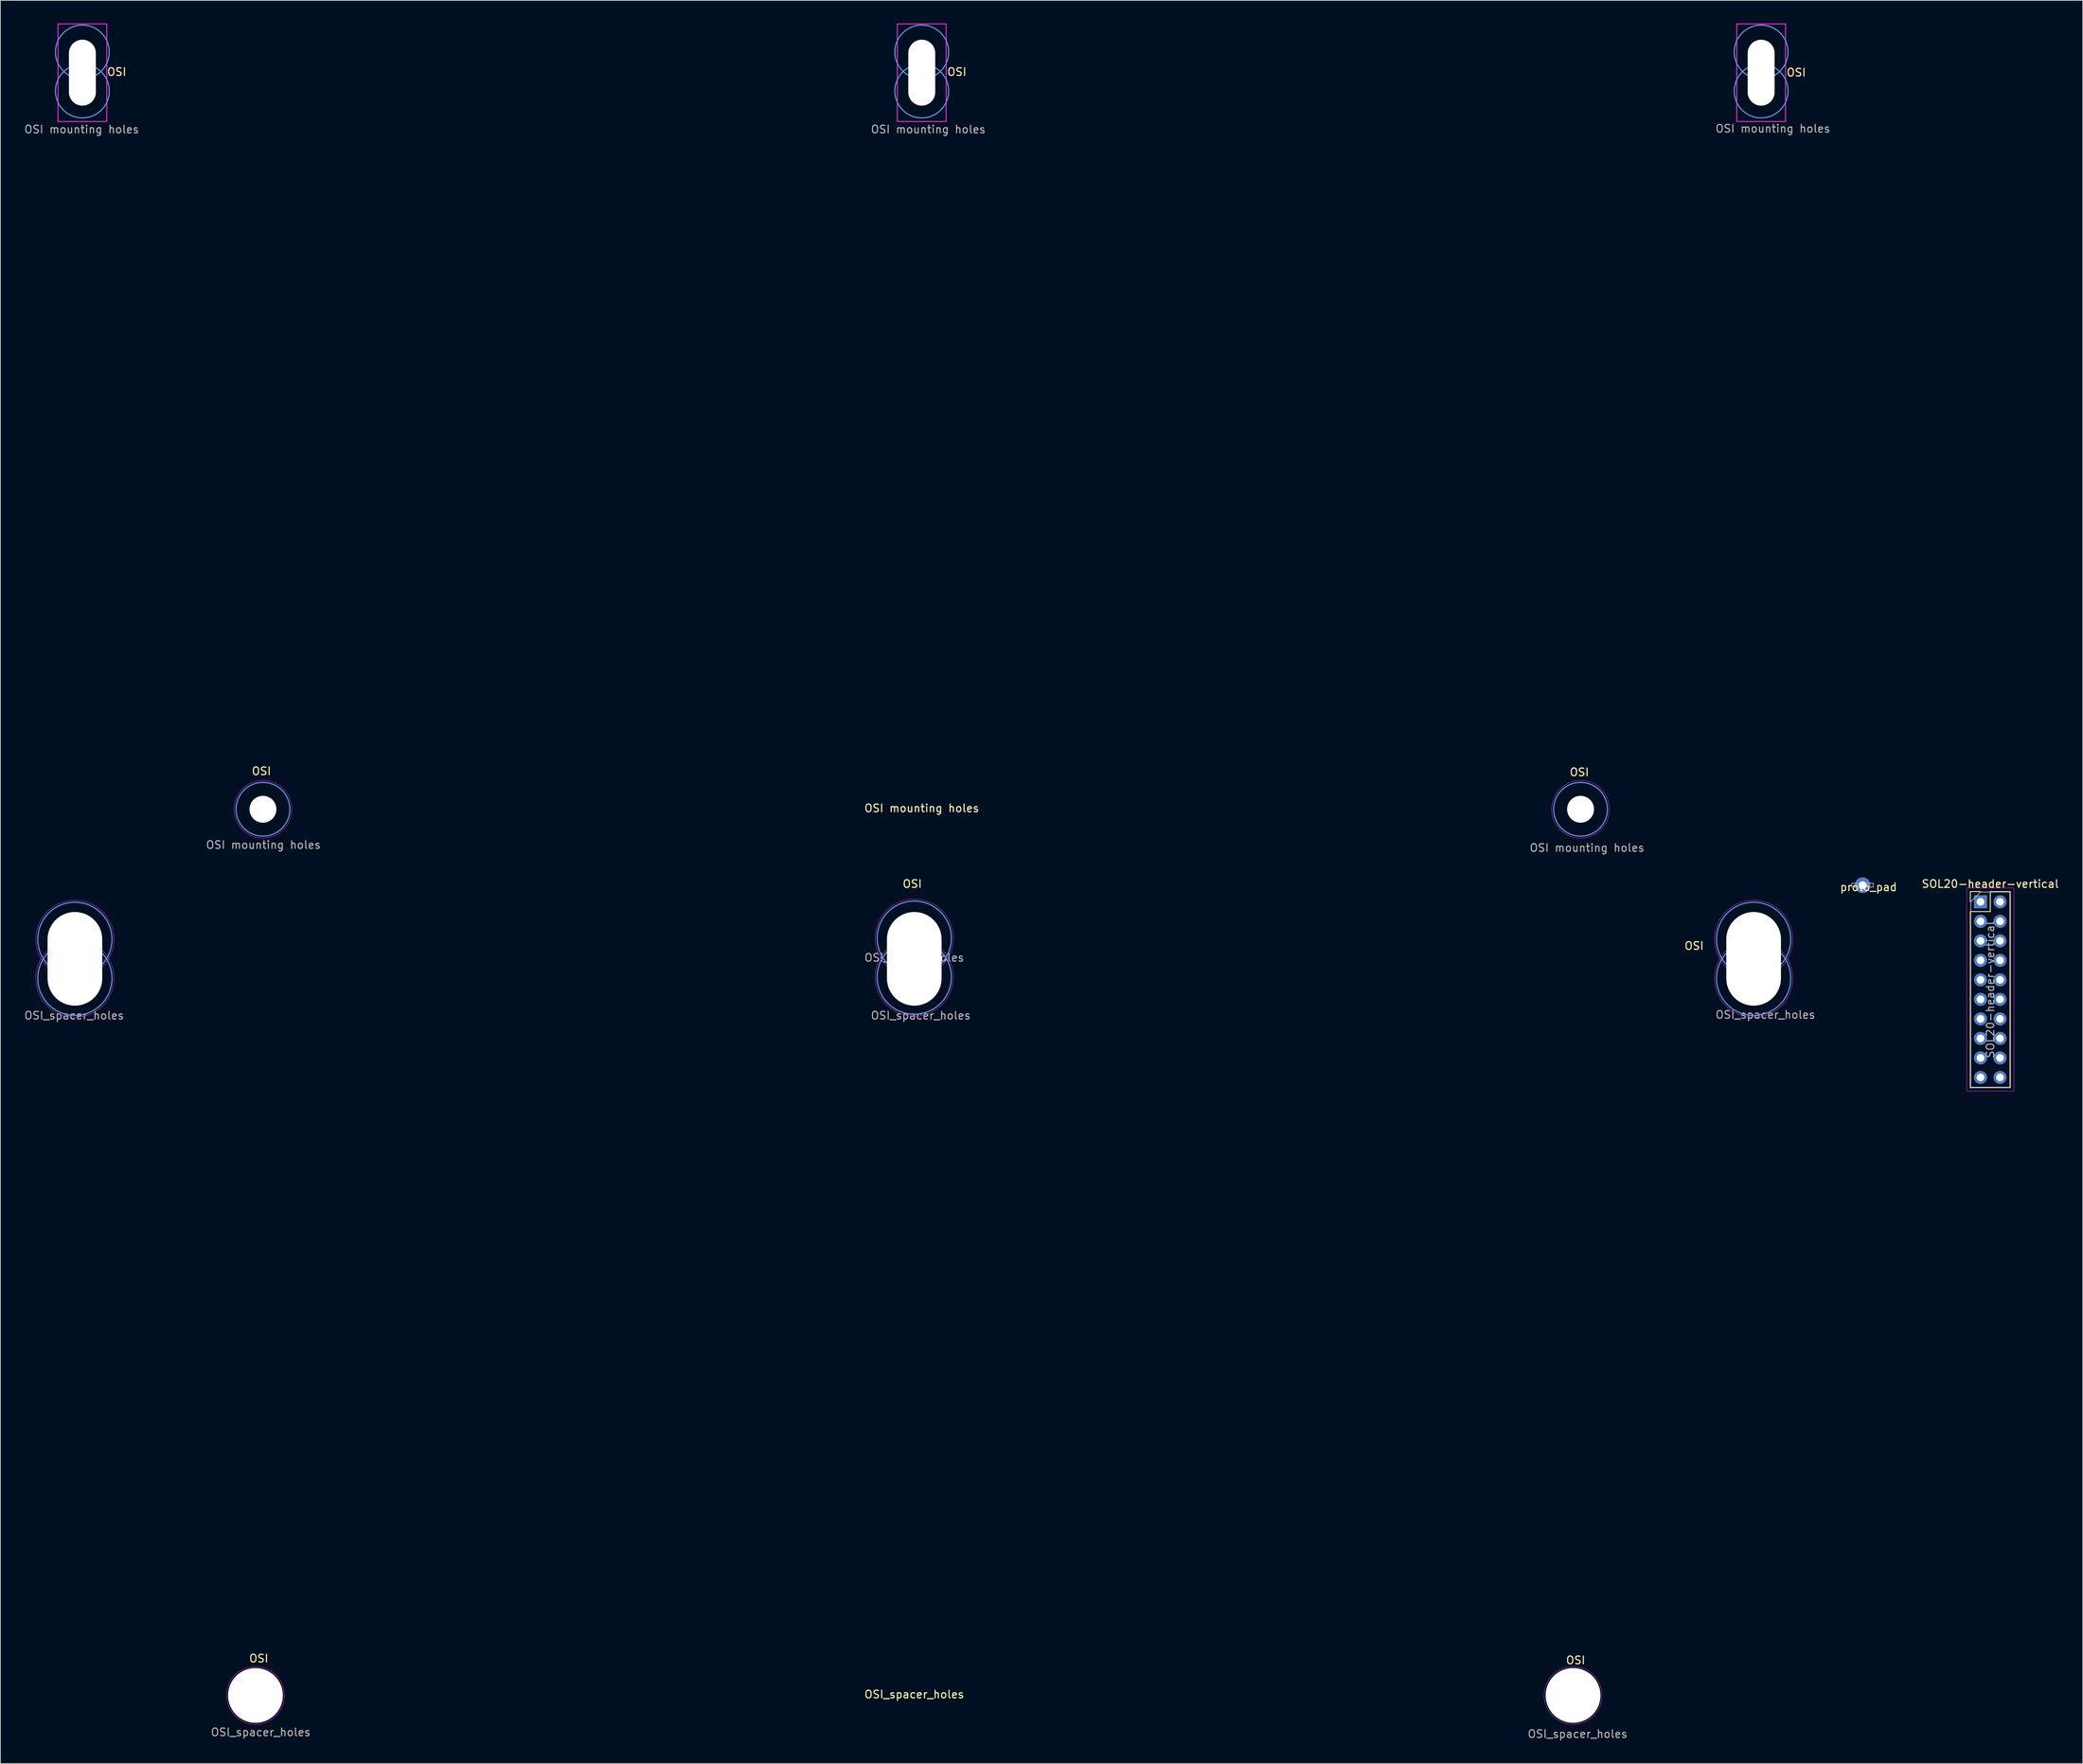
<source format=kicad_pcb>
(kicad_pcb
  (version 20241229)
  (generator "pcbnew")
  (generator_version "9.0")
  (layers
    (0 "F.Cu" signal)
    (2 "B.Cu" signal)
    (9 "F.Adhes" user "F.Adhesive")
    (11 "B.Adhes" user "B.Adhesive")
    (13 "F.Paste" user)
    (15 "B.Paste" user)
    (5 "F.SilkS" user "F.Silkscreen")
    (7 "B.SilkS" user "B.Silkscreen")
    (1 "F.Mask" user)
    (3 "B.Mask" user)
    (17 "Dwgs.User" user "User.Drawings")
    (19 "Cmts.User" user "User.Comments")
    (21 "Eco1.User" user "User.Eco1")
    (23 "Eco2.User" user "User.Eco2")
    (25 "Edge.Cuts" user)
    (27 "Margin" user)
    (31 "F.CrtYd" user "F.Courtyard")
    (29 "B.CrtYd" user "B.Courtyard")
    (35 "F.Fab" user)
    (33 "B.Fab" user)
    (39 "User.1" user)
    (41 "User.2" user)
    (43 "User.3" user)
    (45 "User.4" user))
  (footprint "SOL20-header-vertical"
    (layer "F.Cu")
    (at 254.659 114.341)
    (property "Reference" "SOL20-header-vertical" (at 1.27 -2.33 0) (layer "F.SilkS") (effects (font (size 1 1) (thickness 0.15))))
    (attr through_hole)
    (fp_line (start -1.33 -1.33) (end 0 -1.33) (stroke (width 0.12) (type solid)) (layer "F.SilkS"))
    (fp_line (start -1.33 0) (end -1.33 -1.33) (stroke (width 0.12) (type solid)) (layer "F.SilkS"))
    (fp_line (start -1.33 1.27) (end -1.33 24.19) (stroke (width 0.12) (type solid)) (layer "F.SilkS"))
    (fp_line (start -1.33 1.27) (end 1.27 1.27) (stroke (width 0.12) (type solid)) (layer "F.SilkS"))
    (fp_line (start -1.33 24.19) (end 3.87 24.19) (stroke (width 0.12) (type solid)) (layer "F.SilkS"))
    (fp_line (start 1.27 -1.33) (end 3.87 -1.33) (stroke (width 0.12) (type solid)) (layer "F.SilkS"))
    (fp_line (start 1.27 1.27) (end 1.27 -1.33) (stroke (width 0.12) (type solid)) (layer "F.SilkS"))
    (fp_line (start 3.87 -1.33) (end 3.87 24.19) (stroke (width 0.12) (type solid)) (layer "F.SilkS"))
    (fp_line (start -1.8 -1.8) (end -1.8 24.65) (stroke (width 0.05) (type solid)) (layer "F.CrtYd"))
    (fp_line (start -1.8 24.65) (end 4.35 24.65) (stroke (width 0.05) (type solid)) (layer "F.CrtYd"))
    (fp_line (start 4.35 -1.8) (end -1.8 -1.8) (stroke (width 0.05) (type solid)) (layer "F.CrtYd"))
    (fp_line (start 4.35 24.65) (end 4.35 -1.8) (stroke (width 0.05) (type solid)) (layer "F.CrtYd"))
    (fp_line (start -1.27 0) (end 0 -1.27) (stroke (width 0.1) (type solid)) (layer "F.Fab"))
    (fp_line (start -1.27 24.13) (end -1.27 0) (stroke (width 0.1) (type solid)) (layer "F.Fab"))
    (fp_line (start 0 -1.27) (end 3.81 -1.27) (stroke (width 0.1) (type solid)) (layer "F.Fab"))
    (fp_line (start 3.81 -1.27) (end 3.81 24.13) (stroke (width 0.1) (type solid)) (layer "F.Fab"))
    (fp_line (start 3.81 24.13) (end -1.27 24.13) (stroke (width 0.1) (type solid)) (layer "F.Fab"))
    (fp_text user "${REFERENCE}" (at 1.27 11.43 90) (layer "F.Fab") (effects (font (size 1 1) (thickness 0.15))))
    (pad "1" thru_hole rect (at 0 0) (size 1.7 1.7) (drill 1) (layers "*.Cu" "*.Mask"))
    (pad "2" thru_hole oval (at 0 2.54) (size 1.7 1.7) (drill 1) (layers "*.Cu" "*.Mask"))
    (pad "3" thru_hole oval (at 0 5.08) (size 1.7 1.7) (drill 1) (layers "*.Cu" "*.Mask"))
    (pad "4" thru_hole oval (at 0 7.62) (size 1.7 1.7) (drill 1) (layers "*.Cu" "*.Mask"))
    (pad "5" thru_hole oval (at 0 10.16) (size 1.7 1.7) (drill 1) (layers "*.Cu" "*.Mask"))
    (pad "6" thru_hole oval (at 0 12.7) (size 1.7 1.7) (drill 1) (layers "*.Cu" "*.Mask"))
    (pad "7" thru_hole oval (at 0 15.24) (size 1.7 1.7) (drill 1) (layers "*.Cu" "*.Mask"))
    (pad "8" thru_hole oval (at 0 17.78) (size 1.7 1.7) (drill 1) (layers "*.Cu" "*.Mask"))
    (pad "9" thru_hole oval (at 0 20.32) (size 1.7 1.7) (drill 1) (layers "*.Cu" "*.Mask"))
    (pad "10" thru_hole oval (at 0 22.86) (size 1.7 1.7) (drill 1) (layers "*.Cu" "*.Mask"))
    (pad "11" thru_hole oval (at 2.54 0) (size 1.7 1.7) (drill 1) (layers "*.Cu" "*.Mask"))
    (pad "12" thru_hole oval (at 2.54 2.54) (size 1.7 1.7) (drill 1) (layers "*.Cu" "*.Mask"))
    (pad "13" thru_hole oval (at 2.54 5.08) (size 1.7 1.7) (drill 1) (layers "*.Cu" "*.Mask"))
    (pad "14" thru_hole oval (at 2.54 7.62) (size 1.7 1.7) (drill 1) (layers "*.Cu" "*.Mask"))
    (pad "15" thru_hole oval (at 2.54 10.16) (size 1.7 1.7) (drill 1) (layers "*.Cu" "*.Mask"))
    (pad "16" thru_hole oval (at 2.54 12.7) (size 1.7 1.7) (drill 1) (layers "*.Cu" "*.Mask"))
    (pad "17" thru_hole oval (at 2.54 15.24) (size 1.7 1.7) (drill 1) (layers "*.Cu" "*.Mask"))
    (pad "18" thru_hole oval (at 2.54 17.78) (size 1.7 1.7) (drill 1) (layers "*.Cu" "*.Mask"))
    (pad "19" thru_hole oval (at 2.54 20.32) (size 1.7 1.7) (drill 1) (layers "*.Cu" "*.Mask"))
    (pad "20" thru_hole oval (at 2.54 22.86) (size 1.7 1.7) (drill 1) (layers "*.Cu" "*.Mask")))
  (footprint "OSI mounting holes"
    (layer "F.Cu")
    (at 116.891 101.66)
    (property "Reference" "OSI mounting holes" (at 0 0.5 0) (layer "F.SilkS") (effects (font (size 1 1) (thickness 0.15))))
    (attr through_hole)
    (fp_circle (center -109.22 -97.942) (end -105.72 -97.942) (stroke (width 0.15) (type solid)) (fill no) (layer "Cmts.User"))
    (fp_circle (center -109.22 -92.862) (end -105.72 -92.862) (stroke (width 0.15) (type solid)) (fill no) (layer "Cmts.User"))
    (fp_circle (center -85.725 0.635) (end -82.225 0.635) (stroke (width 0.15) (type solid)) (fill no) (layer "Cmts.User"))
    (fp_circle (center 0 -97.942) (end 3.5 -97.942) (stroke (width 0.15) (type solid)) (fill no) (layer "Cmts.User"))
    (fp_circle (center 0 -92.862) (end 3.5 -92.862) (stroke (width 0.15) (type solid)) (fill no) (layer "Cmts.User"))
    (fp_circle (center 85.725 0.635) (end 89.225 0.635) (stroke (width 0.15) (type solid)) (fill no) (layer "Cmts.User"))
    (fp_circle (center 109.22 -97.942) (end 112.72 -97.942) (stroke (width 0.15) (type solid)) (fill no) (layer "Cmts.User"))
    (fp_circle (center 109.22 -92.862) (end 112.72 -92.862) (stroke (width 0.15) (type solid)) (fill no) (layer "Cmts.User"))
    (fp_line (start -112.395 -101.6) (end -112.395 -88.9) (stroke (width 0.12) (type solid)) (layer "F.CrtYd"))
    (fp_line (start -112.395 -88.9) (end -106.045 -88.9) (stroke (width 0.12) (type solid)) (layer "F.CrtYd"))
    (fp_line (start -106.045 -101.6) (end -112.395 -101.6) (stroke (width 0.12) (type solid)) (layer "F.CrtYd"))
    (fp_line (start -106.045 -88.9) (end -106.045 -101.6) (stroke (width 0.12) (type solid)) (layer "F.CrtYd"))
    (fp_line (start -3.175 -101.6) (end -3.175 -88.9) (stroke (width 0.12) (type solid)) (layer "F.CrtYd"))
    (fp_line (start -3.175 -88.9) (end 3.175 -88.9) (stroke (width 0.12) (type solid)) (layer "F.CrtYd"))
    (fp_line (start 3.175 -101.6) (end -3.175 -101.6) (stroke (width 0.12) (type solid)) (layer "F.CrtYd"))
    (fp_line (start 3.175 -88.9) (end 3.175 -101.6) (stroke (width 0.12) (type solid)) (layer "F.CrtYd"))
    (fp_line (start 106.045 -101.6) (end 106.045 -88.9) (stroke (width 0.12) (type solid)) (layer "F.CrtYd"))
    (fp_line (start 106.045 -88.9) (end 112.395 -88.9) (stroke (width 0.12) (type solid)) (layer "F.CrtYd"))
    (fp_line (start 112.395 -101.6) (end 106.045 -101.6) (stroke (width 0.12) (type solid)) (layer "F.CrtYd"))
    (fp_line (start 112.395 -88.9) (end 112.395 -101.6) (stroke (width 0.12) (type solid)) (layer "F.CrtYd"))
    (fp_circle (center -85.725 0.635) (end -81.975 0.635) (stroke (width 0.05) (type solid)) (fill no) (layer "F.CrtYd"))
    (fp_circle (center 85.725 0.635) (end 89.475 0.635) (stroke (width 0.05) (type solid)) (fill no) (layer "F.CrtYd"))
    (fp_text user "OSI" (at 113.792 -95.275 0) (layer "F.SilkS") (effects (font (size 1 1) (thickness 0.15))))
    (fp_text user "OSI" (at 85.573 -4.191 0) (layer "F.SilkS") (effects (font (size 1 1) (thickness 0.15))))
    (fp_text user "OSI" (at 4.572 -95.352 0) (layer "F.SilkS") (effects (font (size 1 1) (thickness 0.15))))
    (fp_text user "OSI" (at -104.75 -95.352 0) (layer "F.SilkS") (effects (font (size 1 1) (thickness 0.15))))
    (fp_text user "OSI" (at -85.921 -4.328 0) (layer "F.SilkS") (effects (font (size 1 1) (thickness 0.15))))
    (fp_text user "${REFERENCE}" (at 86.571 5.654 0) (layer "F.Fab") (effects (font (size 1 1) (thickness 0.15))))
    (fp_text user "${REFERENCE}" (at 0.846 -87.869 0) (layer "F.Fab") (effects (font (size 1 1) (thickness 0.15))))
    (fp_text user "${REFERENCE}" (at 110.752 -87.97 0) (layer "F.Fab") (effects (font (size 1 1) (thickness 0.15))))
    (fp_text user "${REFERENCE}" (at -85.667 5.273 0) (layer "F.Fab") (effects (font (size 1 1) (thickness 0.15))))
    (fp_text user "${REFERENCE}" (at -109.314 -87.869 0) (layer "F.Fab") (effects (font (size 1 1) (thickness 0.15))))
    (pad "" np_thru_hole oval (at -109.22 -95.25) (size 3.505 8.585) (drill oval 3.505 8.585) (layers "*.Cu" "*.Mask"))
    (pad "" np_thru_hole circle (at -85.725 0.635) (size 3.5 3.5) (drill 3.5) (layers "*.Cu" "*.Mask"))
    (pad "" np_thru_hole oval (at 0 -95.25) (size 3.505 8.585) (drill oval 3.505 8.585) (layers "*.Cu" "*.Mask"))
    (pad "" np_thru_hole circle (at 85.725 0.635) (size 3.5 3.5) (drill 3.5) (layers "*.Cu" "*.Mask"))
    (pad "" np_thru_hole oval (at 109.22 -95.25) (size 3.505 8.585) (drill oval 3.505 8.585) (layers "*.Cu" "*.Mask")))
  (footprint "OSI_spacer_holes"
    (layer "F.Cu")
    (at 115.915 217.014)
    (property "Reference" "OSI_spacer_holes" (at 0 0.5 0) (layer "F.SilkS") (effects (font (size 1 1) (thickness 0.15))))
    (attr through_hole)
    (fp_circle (center -109.22 -97.79) (end -104.394 -97.79) (stroke (width 0.15) (type solid)) (fill no) (layer "Cmts.User"))
    (fp_circle (center -109.22 -92.71) (end -104.394 -92.71) (stroke (width 0.15) (type solid)) (fill no) (layer "Cmts.User"))
    (fp_circle (center -85.725 0.635) (end -82.225 0.635) (stroke (width 0.15) (type solid)) (fill no) (layer "Cmts.User"))
    (fp_circle (center 0 -97.942) (end 4.826 -97.942) (stroke (width 0.15) (type solid)) (fill no) (layer "Cmts.User"))
    (fp_circle (center 0 -92.862) (end 4.826 -92.862) (stroke (width 0.15) (type solid)) (fill no) (layer "Cmts.User"))
    (fp_circle (center 85.725 0.635) (end 89.225 0.635) (stroke (width 0.15) (type solid)) (fill no) (layer "Cmts.User"))
    (fp_circle (center 109.22 -97.79) (end 114.046 -97.79) (stroke (width 0.15) (type solid)) (fill no) (layer "Cmts.User"))
    (fp_circle (center 109.22 -92.71) (end 114.046 -92.71) (stroke (width 0.15) (type solid)) (fill no) (layer "Cmts.User"))
    (fp_circle (center -109.22 -97.79) (end -104.14 -97.79) (stroke (width 0.05) (type solid)) (fill no) (layer "F.CrtYd"))
    (fp_circle (center -109.22 -92.71) (end -104.14 -92.71) (stroke (width 0.05) (type solid)) (fill no) (layer "F.CrtYd"))
    (fp_circle (center -85.725 0.635) (end -81.975 0.635) (stroke (width 0.05) (type solid)) (fill no) (layer "F.CrtYd"))
    (fp_circle (center 0 -97.942) (end 5.08 -97.942) (stroke (width 0.05) (type solid)) (fill no) (layer "F.CrtYd"))
    (fp_circle (center 0 -92.862) (end 5.08 -92.862) (stroke (width 0.05) (type solid)) (fill no) (layer "F.CrtYd"))
    (fp_circle (center 85.725 0.635) (end 89.475 0.635) (stroke (width 0.05) (type solid)) (fill no) (layer "F.CrtYd"))
    (fp_circle (center 109.22 -97.79) (end 114.3 -97.79) (stroke (width 0.05) (type solid)) (fill no) (layer "F.CrtYd"))
    (fp_circle (center 109.22 -92.71) (end 114.3 -92.71) (stroke (width 0.05) (type solid)) (fill no) (layer "F.CrtYd"))
    (fp_text user "OSI" (at 0.592 -97.47 0) (layer "F.SilkS") (effects (font (size 1 1) (thickness 0.15))))
    (fp_text user "OSI" (at 101.481 -96.937 0) (layer "F.SilkS") (effects (font (size 1 1) (thickness 0.15))))
    (fp_text user "OSI" (at -109.568 -97.47 0) (layer "F.SilkS") (effects (font (size 1 1) (thickness 0.15))))
    (fp_text user "OSI" (at -85.286 -4.176 0) (layer "F.SilkS") (effects (font (size 1 1) (thickness 0.15))))
    (fp_text user "OSI" (at 86.063 -3.947 0) (layer "F.SilkS") (effects (font (size 1 1) (thickness 0.15))))
    (fp_text user "OSI" (at -0.254 -105.004 0) (layer "F.SilkS") (effects (font (size 1 1) (thickness 0.15))))
    (fp_text user "${REFERENCE}" (at -109.314 -87.869 0) (layer "F.Fab") (effects (font (size 1 1) (thickness 0.15))))
    (fp_text user "${REFERENCE}" (at -85.032 5.425 0) (layer "F.Fab") (effects (font (size 1 1) (thickness 0.15))))
    (fp_text user "${REFERENCE}" (at 0.846 -87.869 0) (layer "F.Fab") (effects (font (size 1 1) (thickness 0.15))))
    (fp_text user "${REFERENCE}" (at 0 -95.402 0) (layer "F.Fab") (effects (font (size 1 1) (thickness 0.15))))
    (fp_text user "${REFERENCE}" (at 86.317 5.654 0) (layer "F.Fab") (effects (font (size 1 1) (thickness 0.15))))
    (fp_text user "${REFERENCE}" (at 110.752 -87.97 0) (layer "F.Fab") (effects (font (size 1 1) (thickness 0.15))))
    (pad "" np_thru_hole oval (at -109.22 -95.25) (size 7.112 12.192) (drill oval 7.112 12.192) (layers "*.Cu" "*.Mask"))
    (pad "" np_thru_hole circle (at -85.725 0.635) (size 7.112 7.112) (drill 7.112) (layers "*.Cu" "*.Mask"))
    (pad "" np_thru_hole oval (at 0 -95.25) (size 7.112 12.192) (drill oval 7.112 12.192) (layers "*.Cu" "*.Mask"))
    (pad "" np_thru_hole circle (at 85.725 0.635) (size 7.112 7.112) (drill 7.112) (layers "*.Cu" "*.Mask"))
    (pad "" np_thru_hole oval (at 109.22 -95.25) (size 7.112 12.192) (drill oval 7.112 12.192) (layers "*.Cu" "*.Mask")))
  (footprint "proto_pad"
    (layer "F.Cu")
    (at 239.321 112.178)
    (property "Reference" "proto_pad" (at 0.762 0.254 0) (layer "F.SilkS") (effects (font (size 1 1) (thickness 0.15))))
    (attr through_hole)
    (fp_line (start -1.4 -0.25) (end 1.4 -0.25) (stroke (width 0.1) (type solid)) (layer "F.Fab"))
    (fp_line (start -1.4 0.25) (end -1.4 -0.25) (stroke (width 0.1) (type solid)) (layer "F.Fab"))
    (fp_line (start 1.4 -0.25) (end 1.4 0.25) (stroke (width 0.1) (type solid)) (layer "F.Fab"))
    (fp_line (start 1.4 0.25) (end -1.4 0.25) (stroke (width 0.1) (type solid)) (layer "F.Fab"))
    (pad "1" thru_hole circle (at 0 0) (size 2.032 2.032) (drill 1.016) (layers "*.Cu" "*.Mask")))
  (gr_rect
    (start -3 -3)
    (end 267.958 226.516)
    (stroke (width 0.1) (type default))
    (fill no)
    (layer "Edge.Cuts")))
</source>
